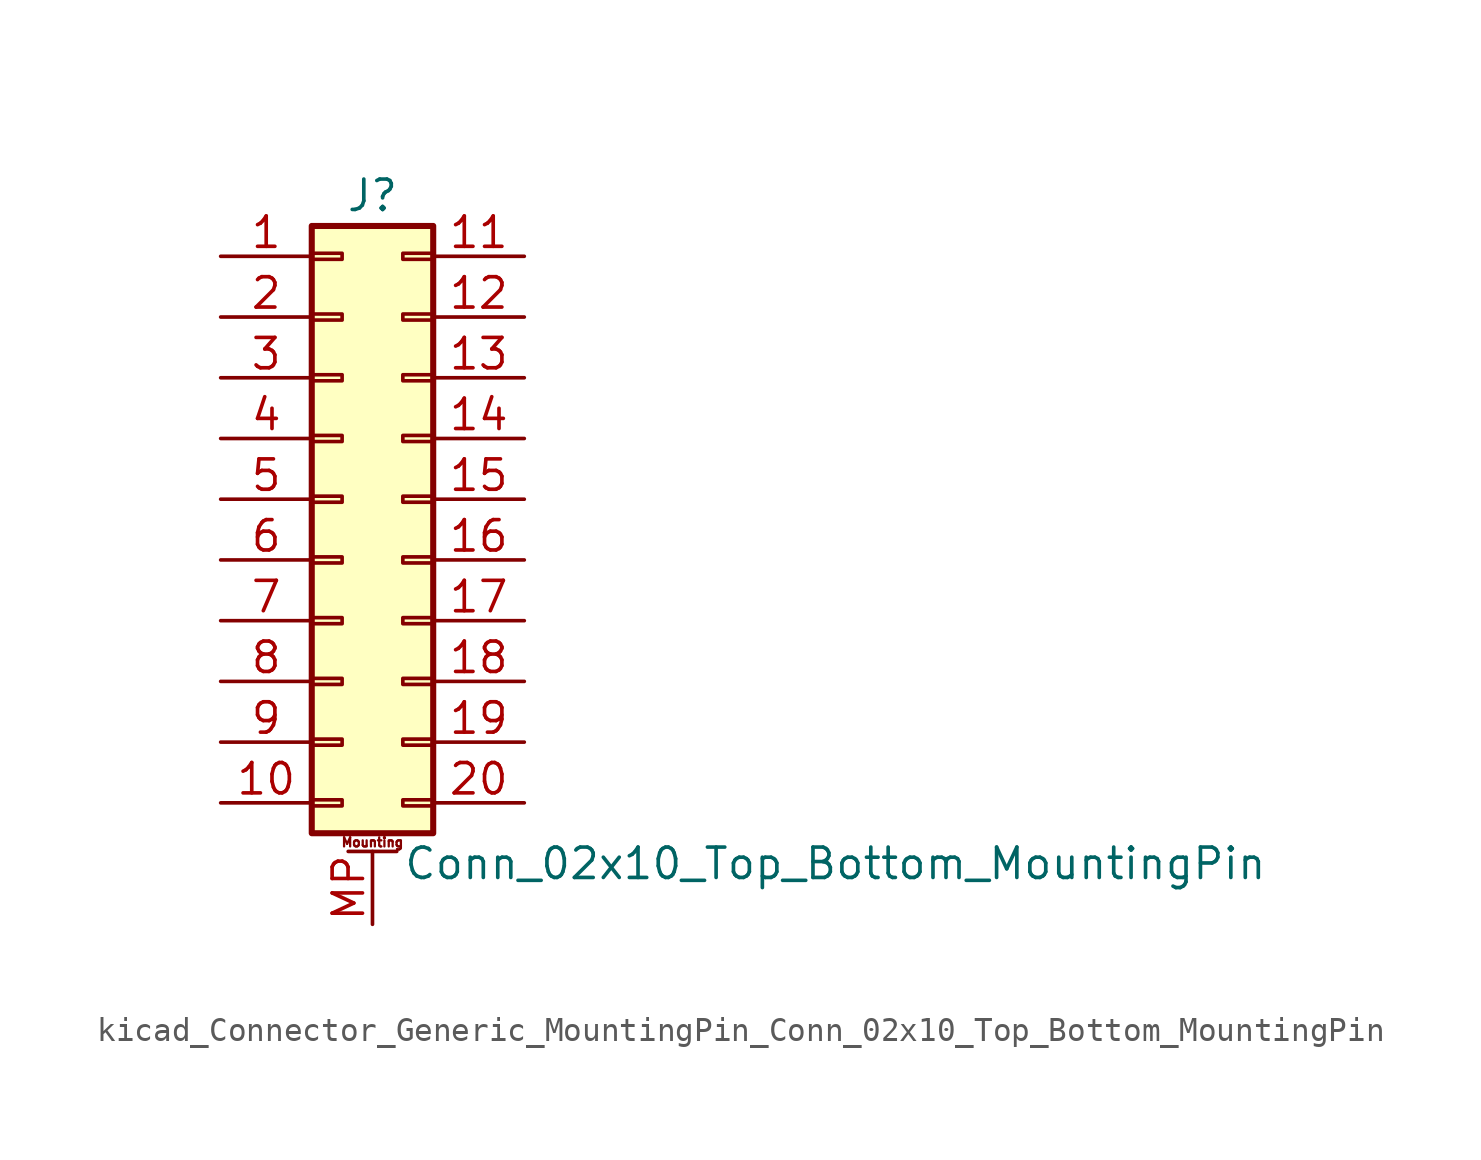
<source format=kicad_sym>
(kicad_symbol_lib
  (version 20220914)
  (generator kicad_symbol_editor)
  (symbol "kicad_Connector_Generic_MountingPin_Conn_02x10_Top_Bottom_MountingPin"
    (pin_names
      (offset 1.016) hide)
    (property "Reference" "J"
      (at 1.27 12.7 0)
      (effects (font (size 1.27 1.27))))
    (property "Value" "Conn_02x10_Top_Bottom_MountingPin"
      (at 2.54 -15.24 0)
      (effects (font (size 1.27 1.27)) (justify left)))
    (symbol "kicad_Connector_Generic_MountingPin_Conn_02x10_Top_Bottom_MountingPin_1_1"
      (rectangle (start -1.27 -12.573) (end 0 -12.827) (stroke (width 0.152) (type default)) (fill (type none)))
      (rectangle (start -1.27 -10.033) (end 0 -10.287) (stroke (width 0.152) (type default)) (fill (type none)))
      (rectangle (start -1.27 -7.493) (end 0 -7.747) (stroke (width 0.152) (type default)) (fill (type none)))
      (rectangle (start -1.27 -4.953) (end 0 -5.207) (stroke (width 0.152) (type default)) (fill (type none)))
      (rectangle (start -1.27 -2.413) (end 0 -2.667) (stroke (width 0.152) (type default)) (fill (type none)))
      (rectangle (start -1.27 0.127) (end 0 -0.127) (stroke (width 0.152) (type default)) (fill (type none)))
      (rectangle (start -1.27 2.667) (end 0 2.413) (stroke (width 0.152) (type default)) (fill (type none)))
      (rectangle (start -1.27 5.207) (end 0 4.953) (stroke (width 0.152) (type default)) (fill (type none)))
      (rectangle (start -1.27 7.747) (end 0 7.493) (stroke (width 0.152) (type default)) (fill (type none)))
      (rectangle (start -1.27 10.287) (end 0 10.033) (stroke (width 0.152) (type default)) (fill (type none)))
      (rectangle (start -1.27 11.43) (end 3.81 -13.97) (stroke (width 0.254) (type default)) (fill (type background)))
      (polyline (pts (xy 0.254 -14.732) (xy 2.286 -14.732)) (stroke (width 0.152) (type default)) (fill (type none)))
      (rectangle (start 3.81 -12.573) (end 2.54 -12.827) (stroke (width 0.152) (type default)) (fill (type none)))
      (rectangle (start 3.81 -10.033) (end 2.54 -10.287) (stroke (width 0.152) (type default)) (fill (type none)))
      (rectangle (start 3.81 -7.493) (end 2.54 -7.747) (stroke (width 0.152) (type default)) (fill (type none)))
      (rectangle (start 3.81 -4.953) (end 2.54 -5.207) (stroke (width 0.152) (type default)) (fill (type none)))
      (rectangle (start 3.81 -2.413) (end 2.54 -2.667) (stroke (width 0.152) (type default)) (fill (type none)))
      (rectangle (start 3.81 0.127) (end 2.54 -0.127) (stroke (width 0.152) (type default)) (fill (type none)))
      (rectangle (start 3.81 2.667) (end 2.54 2.413) (stroke (width 0.152) (type default)) (fill (type none)))
      (rectangle (start 3.81 5.207) (end 2.54 4.953) (stroke (width 0.152) (type default)) (fill (type none)))
      (rectangle (start 3.81 7.747) (end 2.54 7.493) (stroke (width 0.152) (type default)) (fill (type none)))
      (rectangle (start 3.81 10.287) (end 2.54 10.033) (stroke (width 0.152) (type default)) (fill (type none)))
      (text "Mounting" (at 1.27 -14.351 0) (effects (font (size 0.381 0.381))))
      (pin passive line (at -5.08 10.16 0) (length 3.81) (name "Pin_1" (effects (font (size 1.27 1.27)))) (number "1" (effects (font (size 1.27 1.27)))))
      (pin passive line (at -5.08 -12.7 0) (length 3.81) (name "Pin_10" (effects (font (size 1.27 1.27)))) (number "10" (effects (font (size 1.27 1.27)))))
      (pin passive line (at 7.62 10.16 180) (length 3.81) (name "Pin_11" (effects (font (size 1.27 1.27)))) (number "11" (effects (font (size 1.27 1.27)))))
      (pin passive line (at 7.62 7.62 180) (length 3.81) (name "Pin_12" (effects (font (size 1.27 1.27)))) (number "12" (effects (font (size 1.27 1.27)))))
      (pin passive line (at 7.62 5.08 180) (length 3.81) (name "Pin_13" (effects (font (size 1.27 1.27)))) (number "13" (effects (font (size 1.27 1.27)))))
      (pin passive line (at 7.62 2.54 180) (length 3.81) (name "Pin_14" (effects (font (size 1.27 1.27)))) (number "14" (effects (font (size 1.27 1.27)))))
      (pin passive line (at 7.62 0 180) (length 3.81) (name "Pin_15" (effects (font (size 1.27 1.27)))) (number "15" (effects (font (size 1.27 1.27)))))
      (pin passive line (at 7.62 -2.54 180) (length 3.81) (name "Pin_16" (effects (font (size 1.27 1.27)))) (number "16" (effects (font (size 1.27 1.27)))))
      (pin passive line (at 7.62 -5.08 180) (length 3.81) (name "Pin_17" (effects (font (size 1.27 1.27)))) (number "17" (effects (font (size 1.27 1.27)))))
      (pin passive line (at 7.62 -7.62 180) (length 3.81) (name "Pin_18" (effects (font (size 1.27 1.27)))) (number "18" (effects (font (size 1.27 1.27)))))
      (pin passive line (at 7.62 -10.16 180) (length 3.81) (name "Pin_19" (effects (font (size 1.27 1.27)))) (number "19" (effects (font (size 1.27 1.27)))))
      (pin passive line (at -5.08 7.62 0) (length 3.81) (name "Pin_2" (effects (font (size 1.27 1.27)))) (number "2" (effects (font (size 1.27 1.27)))))
      (pin passive line (at 7.62 -12.7 180) (length 3.81) (name "Pin_20" (effects (font (size 1.27 1.27)))) (number "20" (effects (font (size 1.27 1.27)))))
      (pin passive line (at -5.08 5.08 0) (length 3.81) (name "Pin_3" (effects (font (size 1.27 1.27)))) (number "3" (effects (font (size 1.27 1.27)))))
      (pin passive line (at -5.08 2.54 0) (length 3.81) (name "Pin_4" (effects (font (size 1.27 1.27)))) (number "4" (effects (font (size 1.27 1.27)))))
      (pin passive line (at -5.08 0 0) (length 3.81) (name "Pin_5" (effects (font (size 1.27 1.27)))) (number "5" (effects (font (size 1.27 1.27)))))
      (pin passive line (at -5.08 -2.54 0) (length 3.81) (name "Pin_6" (effects (font (size 1.27 1.27)))) (number "6" (effects (font (size 1.27 1.27)))))
      (pin passive line (at -5.08 -5.08 0) (length 3.81) (name "Pin_7" (effects (font (size 1.27 1.27)))) (number "7" (effects (font (size 1.27 1.27)))))
      (pin passive line (at -5.08 -7.62 0) (length 3.81) (name "Pin_8" (effects (font (size 1.27 1.27)))) (number "8" (effects (font (size 1.27 1.27)))))
      (pin passive line (at -5.08 -10.16 0) (length 3.81) (name "Pin_9" (effects (font (size 1.27 1.27)))) (number "9" (effects (font (size 1.27 1.27)))))
      (pin passive line (at 1.27 -17.78 90) (length 3.048) (name "MountPin" (effects (font (size 1.27 1.27)))) (number "MP" (effects (font (size 1.27 1.27))))))))
</source>
